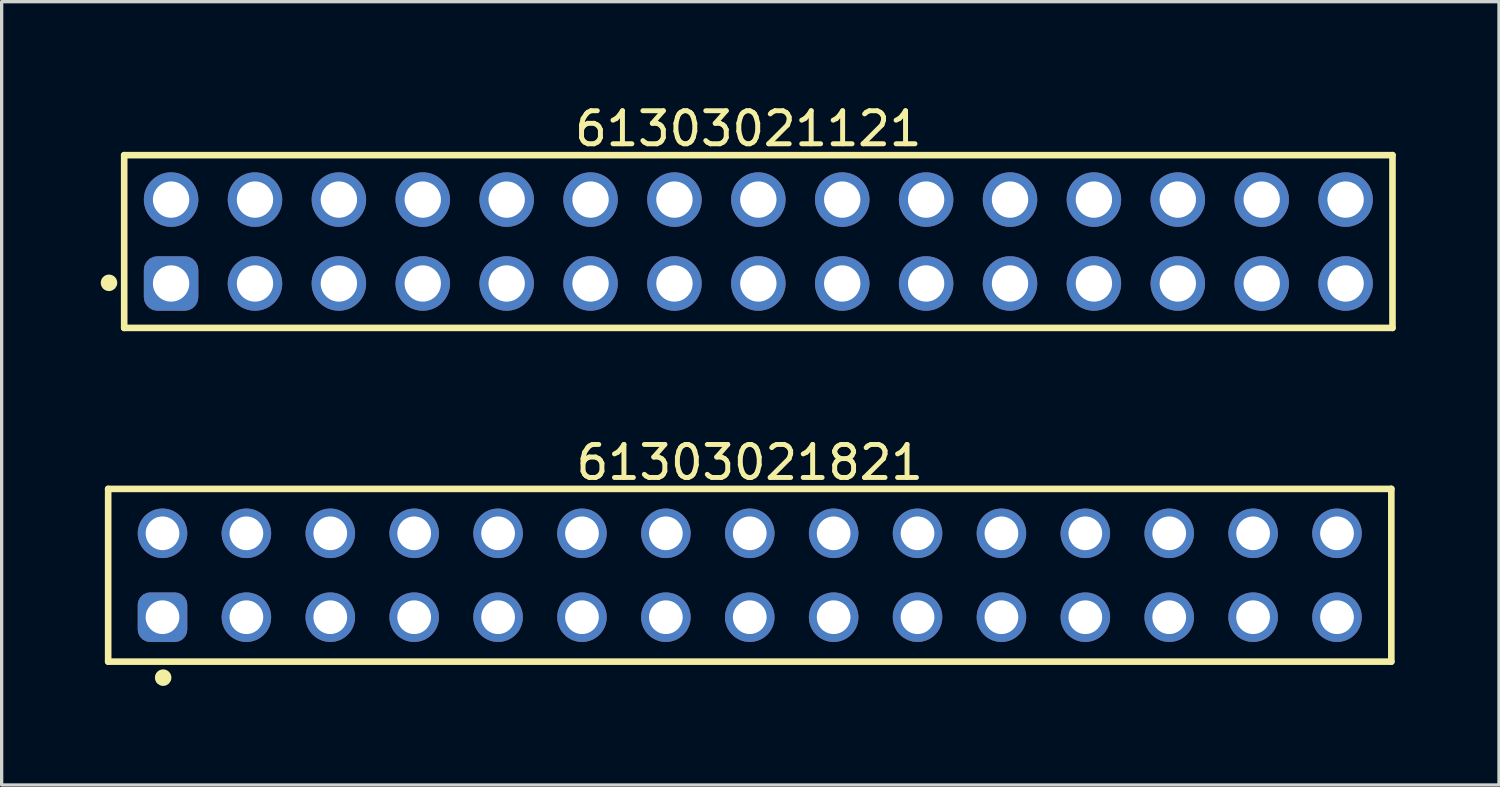
<source format=kicad_pcb>
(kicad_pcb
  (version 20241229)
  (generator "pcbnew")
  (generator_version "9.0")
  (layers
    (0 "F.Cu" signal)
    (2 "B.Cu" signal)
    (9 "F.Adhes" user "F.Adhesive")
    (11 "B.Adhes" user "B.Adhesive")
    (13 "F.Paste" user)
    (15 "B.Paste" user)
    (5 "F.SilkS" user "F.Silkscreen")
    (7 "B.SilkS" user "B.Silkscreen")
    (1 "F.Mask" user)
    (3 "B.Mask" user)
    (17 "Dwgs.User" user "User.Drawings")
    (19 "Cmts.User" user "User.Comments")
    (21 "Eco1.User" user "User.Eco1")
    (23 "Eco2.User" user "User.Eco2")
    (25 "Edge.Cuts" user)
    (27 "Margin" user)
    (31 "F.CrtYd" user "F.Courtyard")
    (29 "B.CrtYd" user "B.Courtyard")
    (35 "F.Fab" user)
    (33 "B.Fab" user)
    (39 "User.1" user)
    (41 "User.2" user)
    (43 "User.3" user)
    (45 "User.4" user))
  (footprint "61303021821"
    (layer "F.Cu")
    (at 19.65 14.367)
    (property "Reference" "61303021821" (at 0 -3.415 0) (layer "F.SilkS") (effects (font (size 1 1) (thickness 0.15))))
    (fp_line (start -19.425 -2.615) (end 19.425 -2.615) (stroke (width 0.2) (type solid)) (layer "F.SilkS"))
    (fp_line (start -19.425 2.615) (end -19.425 -2.615) (stroke (width 0.2) (type solid)) (layer "F.SilkS"))
    (fp_line (start -19.425 2.615) (end 19.425 2.615) (stroke (width 0.2) (type solid)) (layer "F.SilkS"))
    (fp_line (start 19.425 2.615) (end 19.425 -2.615) (stroke (width 0.2) (type solid)) (layer "F.SilkS"))
    (fp_circle (center -17.76 3.1) (end -17.76 2.975) (stroke (width 0.25) (type solid)) (fill no) (layer "F.SilkS"))
    (fp_line (start -19.625 -2.815) (end 19.625 -2.815) (stroke (width 0.05) (type solid)) (layer "Eco2.User"))
    (fp_line (start -19.625 2.815) (end -19.625 -2.815) (stroke (width 0.05) (type solid)) (layer "Eco2.User"))
    (fp_line (start -19.625 2.815) (end 19.625 2.815) (stroke (width 0.05) (type solid)) (layer "Eco2.User"))
    (fp_line (start -19.3 -2.54) (end 19.3 -2.54) (stroke (width 0.1) (type solid)) (layer "Eco2.User"))
    (fp_line (start -19.3 2.54) (end -19.3 -2.54) (stroke (width 0.1) (type solid)) (layer "Eco2.User"))
    (fp_line (start -19.3 2.54) (end 19.3 2.54) (stroke (width 0.1) (type solid)) (layer "Eco2.User"))
    (fp_line (start -0.5 0) (end 0.5 0) (stroke (width 0.05) (type solid)) (layer "Eco2.User"))
    (fp_line (start 0 0.5) (end 0 -0.5) (stroke (width 0.05) (type solid)) (layer "Eco2.User"))
    (fp_line (start 19.3 2.54) (end 19.3 -2.54) (stroke (width 0.1) (type solid)) (layer "Eco2.User"))
    (fp_line (start 19.625 2.815) (end 19.625 -2.815) (stroke (width 0.05) (type solid)) (layer "Eco2.User"))
    (fp_text user "${REFERENCE}" (at 0.15 -0.197 0) (unlocked yes) (layer "User.3") (effects (font (size 1.5 1.5) (thickness 0.15))))
    (pad "1" thru_hole roundrect (at -17.78 1.27) (size 1.5 1.5) (drill 1.02) (layers "*.Cu" "*.Mask") (roundrect_rratio 0.25))
    (pad "2" thru_hole circle (at -17.78 -1.27) (size 1.5 1.5) (drill 1.02) (layers "*.Cu" "*.Mask"))
    (pad "3" thru_hole circle (at -15.24 1.27) (size 1.5 1.5) (drill 1.02) (layers "*.Cu" "*.Mask"))
    (pad "4" thru_hole circle (at -15.24 -1.27) (size 1.5 1.5) (drill 1.02) (layers "*.Cu" "*.Mask"))
    (pad "5" thru_hole circle (at -12.7 1.27) (size 1.5 1.5) (drill 1.02) (layers "*.Cu" "*.Mask"))
    (pad "6" thru_hole circle (at -12.7 -1.27) (size 1.5 1.5) (drill 1.02) (layers "*.Cu" "*.Mask"))
    (pad "7" thru_hole circle (at -10.16 1.27) (size 1.5 1.5) (drill 1.02) (layers "*.Cu" "*.Mask"))
    (pad "8" thru_hole circle (at -10.16 -1.27) (size 1.5 1.5) (drill 1.02) (layers "*.Cu" "*.Mask"))
    (pad "9" thru_hole circle (at -7.62 1.27) (size 1.5 1.5) (drill 1.02) (layers "*.Cu" "*.Mask"))
    (pad "10" thru_hole circle (at -7.62 -1.27) (size 1.5 1.5) (drill 1.02) (layers "*.Cu" "*.Mask"))
    (pad "11" thru_hole circle (at -5.08 1.27) (size 1.5 1.5) (drill 1.02) (layers "*.Cu" "*.Mask"))
    (pad "12" thru_hole circle (at -5.08 -1.27) (size 1.5 1.5) (drill 1.02) (layers "*.Cu" "*.Mask"))
    (pad "13" thru_hole circle (at -2.54 1.27) (size 1.5 1.5) (drill 1.02) (layers "*.Cu" "*.Mask"))
    (pad "14" thru_hole circle (at -2.54 -1.27) (size 1.5 1.5) (drill 1.02) (layers "*.Cu" "*.Mask"))
    (pad "15" thru_hole circle (at 0 1.27) (size 1.5 1.5) (drill 1.02) (layers "*.Cu" "*.Mask"))
    (pad "16" thru_hole circle (at 0 -1.27) (size 1.5 1.5) (drill 1.02) (layers "*.Cu" "*.Mask"))
    (pad "17" thru_hole circle (at 2.54 1.27) (size 1.5 1.5) (drill 1.02) (layers "*.Cu" "*.Mask"))
    (pad "18" thru_hole circle (at 2.54 -1.27) (size 1.5 1.5) (drill 1.02) (layers "*.Cu" "*.Mask"))
    (pad "19" thru_hole circle (at 5.08 1.27) (size 1.5 1.5) (drill 1.02) (layers "*.Cu" "*.Mask"))
    (pad "20" thru_hole circle (at 5.08 -1.27) (size 1.5 1.5) (drill 1.02) (layers "*.Cu" "*.Mask"))
    (pad "21" thru_hole circle (at 7.62 1.27) (size 1.5 1.5) (drill 1.02) (layers "*.Cu" "*.Mask"))
    (pad "22" thru_hole circle (at 7.62 -1.27) (size 1.5 1.5) (drill 1.02) (layers "*.Cu" "*.Mask"))
    (pad "23" thru_hole circle (at 10.16 1.27) (size 1.5 1.5) (drill 1.02) (layers "*.Cu" "*.Mask"))
    (pad "24" thru_hole circle (at 10.16 -1.27) (size 1.5 1.5) (drill 1.02) (layers "*.Cu" "*.Mask"))
    (pad "25" thru_hole circle (at 12.7 1.27) (size 1.5 1.5) (drill 1.02) (layers "*.Cu" "*.Mask"))
    (pad "26" thru_hole circle (at 12.7 -1.27) (size 1.5 1.5) (drill 1.02) (layers "*.Cu" "*.Mask"))
    (pad "27" thru_hole circle (at 15.24 1.27) (size 1.5 1.5) (drill 1.02) (layers "*.Cu" "*.Mask"))
    (pad "28" thru_hole circle (at 15.24 -1.27) (size 1.5 1.5) (drill 1.02) (layers "*.Cu" "*.Mask"))
    (pad "29" thru_hole circle (at 17.78 1.27) (size 1.5 1.5) (drill 1.02) (layers "*.Cu" "*.Mask"))
    (pad "30" thru_hole circle (at 17.78 -1.27) (size 1.5 1.5) (drill 1.02) (layers "*.Cu" "*.Mask")))
  (footprint "61303021121"
    (layer "F.Cu")
    (at 19.91 4.263)
    (property "Reference" "61303021121" (at -0.305 -3.415 0) (layer "F.SilkS") (effects (font (size 1 1) (thickness 0.15))))
    (fp_line (start -19.2 -2.615) (end 19.2 -2.615) (stroke (width 0.2) (type solid)) (layer "F.SilkS"))
    (fp_line (start -19.2 2.615) (end -19.2 -2.615) (stroke (width 0.2) (type solid)) (layer "F.SilkS"))
    (fp_line (start -19.2 2.615) (end 19.2 2.615) (stroke (width 0.2) (type solid)) (layer "F.SilkS"))
    (fp_line (start 19.2 2.615) (end 19.2 -2.615) (stroke (width 0.2) (type solid)) (layer "F.SilkS"))
    (fp_circle (center -19.66 1.25) (end -19.66 1.125) (stroke (width 0.25) (type solid)) (fill no) (layer "F.SilkS"))
    (fp_line (start -19.4 -2.815) (end 19.4 -2.815) (stroke (width 0.05) (type solid)) (layer "Eco2.User"))
    (fp_line (start -19.4 2.815) (end -19.4 -2.815) (stroke (width 0.05) (type solid)) (layer "Eco2.User"))
    (fp_line (start -19.4 2.815) (end 19.4 2.815) (stroke (width 0.05) (type solid)) (layer "Eco2.User"))
    (fp_line (start -19.05 -2.54) (end 19.05 -2.54) (stroke (width 0.1) (type solid)) (layer "Eco2.User"))
    (fp_line (start -19.05 2.54) (end -19.05 -2.54) (stroke (width 0.1) (type solid)) (layer "Eco2.User"))
    (fp_line (start -19.05 2.54) (end 19.05 2.54) (stroke (width 0.1) (type solid)) (layer "Eco2.User"))
    (fp_line (start -0.5 0) (end 0.5 0) (stroke (width 0.05) (type solid)) (layer "Eco2.User"))
    (fp_line (start 0 0.5) (end 0 -0.5) (stroke (width 0.05) (type solid)) (layer "Eco2.User"))
    (fp_line (start 19.05 2.54) (end 19.05 -2.54) (stroke (width 0.1) (type solid)) (layer "Eco2.User"))
    (fp_line (start 19.4 2.815) (end 19.4 -2.815) (stroke (width 0.05) (type solid)) (layer "Eco2.User"))
    (fp_text user "${REFERENCE}" (at 0.15 -0.197 0) (unlocked yes) (layer "User.3") (effects (font (size 1.5 1.5) (thickness 0.15))))
    (pad "1" thru_hole roundrect (at -17.78 1.27) (size 1.65 1.65) (drill 1.1) (layers "*.Cu" "*.Mask") (roundrect_rratio 0.25))
    (pad "2" thru_hole circle (at -17.78 -1.27) (size 1.65 1.65) (drill 1.1) (layers "*.Cu" "*.Mask"))
    (pad "3" thru_hole circle (at -15.24 1.27) (size 1.65 1.65) (drill 1.1) (layers "*.Cu" "*.Mask"))
    (pad "4" thru_hole circle (at -15.24 -1.27) (size 1.65 1.65) (drill 1.1) (layers "*.Cu" "*.Mask"))
    (pad "5" thru_hole circle (at -12.7 1.27) (size 1.65 1.65) (drill 1.1) (layers "*.Cu" "*.Mask"))
    (pad "6" thru_hole circle (at -12.7 -1.27) (size 1.65 1.65) (drill 1.1) (layers "*.Cu" "*.Mask"))
    (pad "7" thru_hole circle (at -10.16 1.27) (size 1.65 1.65) (drill 1.1) (layers "*.Cu" "*.Mask"))
    (pad "8" thru_hole circle (at -10.16 -1.27) (size 1.65 1.65) (drill 1.1) (layers "*.Cu" "*.Mask"))
    (pad "9" thru_hole circle (at -7.62 1.27) (size 1.65 1.65) (drill 1.1) (layers "*.Cu" "*.Mask"))
    (pad "10" thru_hole circle (at -7.62 -1.27) (size 1.65 1.65) (drill 1.1) (layers "*.Cu" "*.Mask"))
    (pad "11" thru_hole circle (at -5.08 1.27) (size 1.65 1.65) (drill 1.1) (layers "*.Cu" "*.Mask"))
    (pad "12" thru_hole circle (at -5.08 -1.27) (size 1.65 1.65) (drill 1.1) (layers "*.Cu" "*.Mask"))
    (pad "13" thru_hole circle (at -2.54 1.27) (size 1.65 1.65) (drill 1.1) (layers "*.Cu" "*.Mask"))
    (pad "14" thru_hole circle (at -2.54 -1.27) (size 1.65 1.65) (drill 1.1) (layers "*.Cu" "*.Mask"))
    (pad "15" thru_hole circle (at 0 1.27) (size 1.65 1.65) (drill 1.1) (layers "*.Cu" "*.Mask"))
    (pad "16" thru_hole circle (at 0 -1.27) (size 1.65 1.65) (drill 1.1) (layers "*.Cu" "*.Mask"))
    (pad "17" thru_hole circle (at 2.54 1.27) (size 1.65 1.65) (drill 1.1) (layers "*.Cu" "*.Mask"))
    (pad "18" thru_hole circle (at 2.54 -1.27) (size 1.65 1.65) (drill 1.1) (layers "*.Cu" "*.Mask"))
    (pad "19" thru_hole circle (at 5.08 1.27) (size 1.65 1.65) (drill 1.1) (layers "*.Cu" "*.Mask"))
    (pad "20" thru_hole circle (at 5.08 -1.27) (size 1.65 1.65) (drill 1.1) (layers "*.Cu" "*.Mask"))
    (pad "21" thru_hole circle (at 7.62 1.27) (size 1.65 1.65) (drill 1.1) (layers "*.Cu" "*.Mask"))
    (pad "22" thru_hole circle (at 7.62 -1.27) (size 1.65 1.65) (drill 1.1) (layers "*.Cu" "*.Mask"))
    (pad "23" thru_hole circle (at 10.16 1.27) (size 1.65 1.65) (drill 1.1) (layers "*.Cu" "*.Mask"))
    (pad "24" thru_hole circle (at 10.16 -1.27) (size 1.65 1.65) (drill 1.1) (layers "*.Cu" "*.Mask"))
    (pad "25" thru_hole circle (at 12.7 1.27) (size 1.65 1.65) (drill 1.1) (layers "*.Cu" "*.Mask"))
    (pad "26" thru_hole circle (at 12.7 -1.27) (size 1.65 1.65) (drill 1.1) (layers "*.Cu" "*.Mask"))
    (pad "27" thru_hole circle (at 15.24 1.27) (size 1.65 1.65) (drill 1.1) (layers "*.Cu" "*.Mask"))
    (pad "28" thru_hole circle (at 15.24 -1.27) (size 1.65 1.65) (drill 1.1) (layers "*.Cu" "*.Mask"))
    (pad "29" thru_hole circle (at 17.78 1.27) (size 1.65 1.65) (drill 1.1) (layers "*.Cu" "*.Mask"))
    (pad "30" thru_hole circle (at 17.78 -1.27) (size 1.65 1.65) (drill 1.1) (layers "*.Cu" "*.Mask")))
  (gr_rect
    (start -3 -3)
    (end 42.335 20.716)
    (stroke (width 0.1) (type default))
    (fill no)
    (layer "Edge.Cuts")))
</source>
